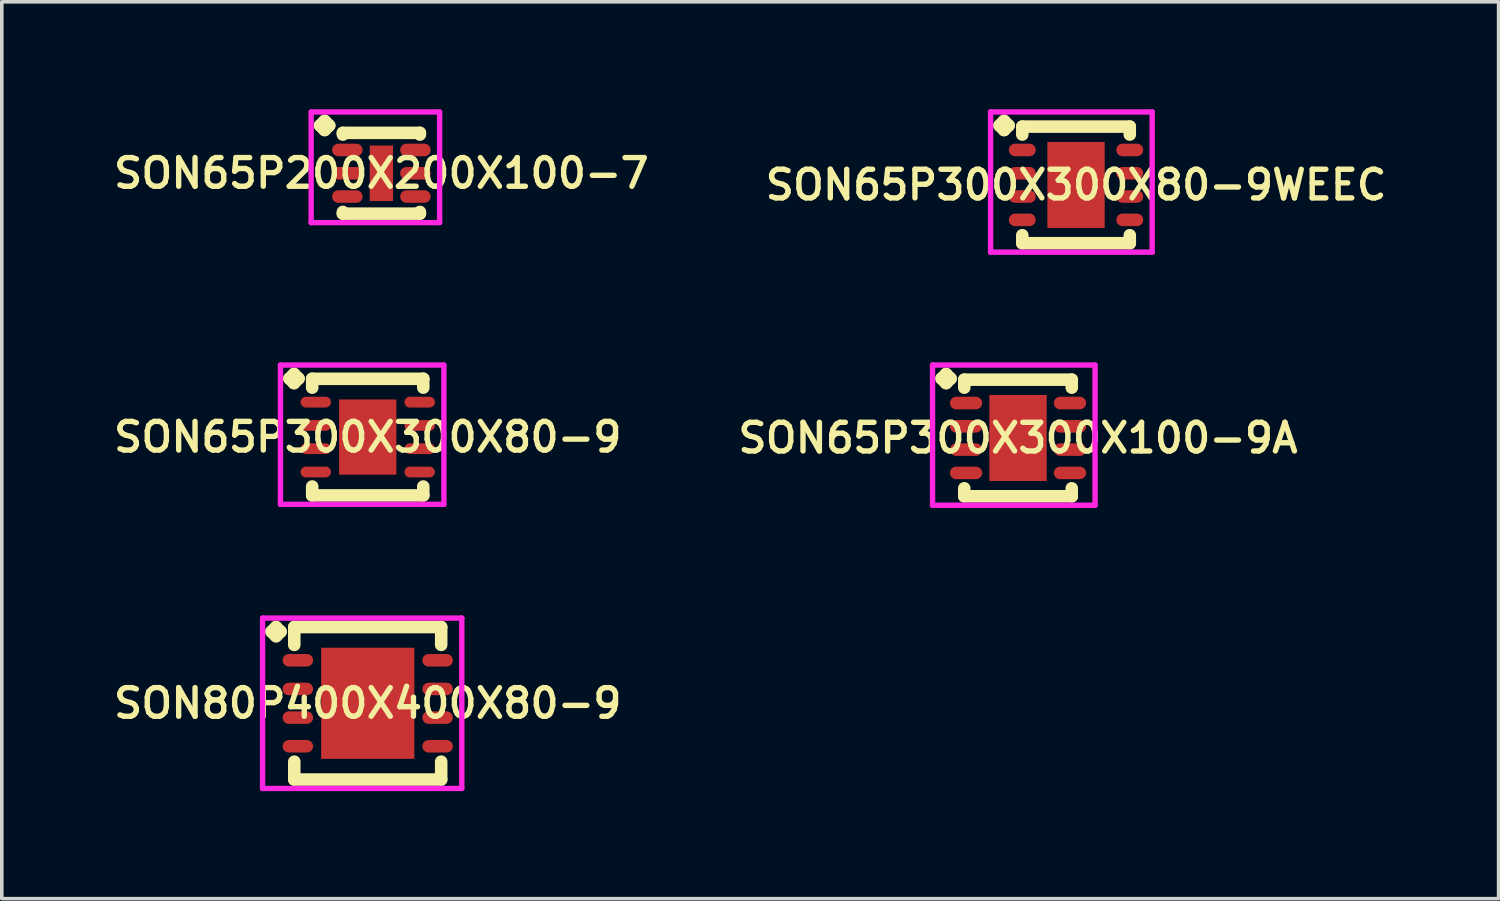
<source format=kicad_pcb>
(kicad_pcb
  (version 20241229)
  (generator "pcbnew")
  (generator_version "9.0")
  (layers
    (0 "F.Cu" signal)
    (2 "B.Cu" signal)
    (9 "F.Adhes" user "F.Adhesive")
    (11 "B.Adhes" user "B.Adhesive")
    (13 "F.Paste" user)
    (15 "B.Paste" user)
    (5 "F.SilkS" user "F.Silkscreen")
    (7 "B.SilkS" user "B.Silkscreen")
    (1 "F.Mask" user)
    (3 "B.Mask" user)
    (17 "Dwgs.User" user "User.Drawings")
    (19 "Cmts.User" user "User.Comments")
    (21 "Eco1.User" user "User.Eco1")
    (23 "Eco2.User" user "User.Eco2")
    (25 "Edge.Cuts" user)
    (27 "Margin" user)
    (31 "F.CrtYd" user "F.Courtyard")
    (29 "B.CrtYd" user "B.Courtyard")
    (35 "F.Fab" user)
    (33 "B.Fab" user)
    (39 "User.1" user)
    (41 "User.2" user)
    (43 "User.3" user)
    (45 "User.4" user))
  (footprint "SON80P400X400X80-9"
    (layer "F.Cu")
    (at 7.212 16.576)
    (property "Reference" "SON80P400X400X80-9" (at 0 0 0) (layer "F.SilkS") (effects (font (size 0.8 0.8) (thickness 0.15))))
    (attr smd)
    (fp_line (start -2.685 -2) (end -2.558 -2.127) (stroke (width 0.35) (type solid)) (layer "F.SilkS"))
    (fp_line (start -2.558 -2.127) (end -2.431 -2) (stroke (width 0.35) (type solid)) (layer "F.SilkS"))
    (fp_line (start -2.558 -1.873) (end -2.685 -2) (stroke (width 0.35) (type solid)) (layer "F.SilkS"))
    (fp_line (start -2.431 -2) (end -2.558 -1.873) (stroke (width 0.35) (type solid)) (layer "F.SilkS"))
    (fp_line (start -2.05 -2.127) (end 2.05 -2.127) (stroke (width 0.35) (type solid)) (layer "F.SilkS"))
    (fp_line (start -2.05 -1.629) (end -2.05 -2.127) (stroke (width 0.35) (type solid)) (layer "F.SilkS"))
    (fp_line (start -2.05 1.629) (end -2.05 2.127) (stroke (width 0.35) (type solid)) (layer "F.SilkS"))
    (fp_line (start -2.05 2.127) (end 2.05 2.127) (stroke (width 0.35) (type solid)) (layer "F.SilkS"))
    (fp_line (start 2.05 -2.127) (end 2.05 -1.629) (stroke (width 0.35) (type solid)) (layer "F.SilkS"))
    (fp_line (start 2.05 2.127) (end 2.05 1.629) (stroke (width 0.35) (type solid)) (layer "F.SilkS"))
    (fp_line (start -2.935 -2.377) (end 2.625 -2.377) (stroke (width 0.15) (type solid)) (layer "F.CrtYd"))
    (fp_line (start -2.935 2.377) (end -2.935 -2.377) (stroke (width 0.15) (type solid)) (layer "F.CrtYd"))
    (fp_line (start 2.625 -2.377) (end 2.625 2.377) (stroke (width 0.15) (type solid)) (layer "F.CrtYd"))
    (fp_line (start 2.625 2.377) (end -2.935 2.377) (stroke (width 0.15) (type solid)) (layer "F.CrtYd"))
    (pad "1" smd oval (at -1.95 -1.2) (size 0.85 0.35) (layers "F.Cu" "F.Mask" "F.Paste"))
    (pad "2" smd oval (at -1.95 -0.4) (size 0.85 0.35) (layers "F.Cu" "F.Mask" "F.Paste"))
    (pad "3" smd oval (at -1.95 0.4) (size 0.85 0.35) (layers "F.Cu" "F.Mask" "F.Paste"))
    (pad "4" smd oval (at -1.95 1.2) (size 0.85 0.35) (layers "F.Cu" "F.Mask" "F.Paste"))
    (pad "5" smd oval (at 1.95 1.2) (size 0.85 0.35) (layers "F.Cu" "F.Mask" "F.Paste"))
    (pad "6" smd oval (at 1.95 0.4) (size 0.85 0.35) (layers "F.Cu" "F.Mask" "F.Paste"))
    (pad "7" smd oval (at 1.95 -0.4) (size 0.85 0.35) (layers "F.Cu" "F.Mask" "F.Paste"))
    (pad "8" smd oval (at 1.95 -1.2) (size 0.85 0.35) (layers "F.Cu" "F.Mask" "F.Paste"))
    (pad "9" smd rect (at 0 0) (size 2.6 3.1) (layers "F.Cu" "F.Mask" "F.Paste")))
  (footprint "SON65P200X200X100-7"
    (layer "F.Cu")
    (at 7.593 1.785)
    (property "Reference" "SON65P200X200X100-7" (at 0 0 0) (layer "F.SilkS") (effects (font (size 0.8 0.8) (thickness 0.15))))
    (attr smd)
    (fp_line (start -1.71 -1.333) (end -1.583 -1.46) (stroke (width 0.35) (type solid)) (layer "F.SilkS"))
    (fp_line (start -1.583 -1.46) (end -1.456 -1.333) (stroke (width 0.35) (type solid)) (layer "F.SilkS"))
    (fp_line (start -1.583 -1.206) (end -1.71 -1.333) (stroke (width 0.35) (type solid)) (layer "F.SilkS"))
    (fp_line (start -1.456 -1.333) (end -1.583 -1.206) (stroke (width 0.35) (type solid)) (layer "F.SilkS"))
    (fp_line (start -1.075 -1.127) (end 1.075 -1.127) (stroke (width 0.35) (type solid)) (layer "F.SilkS"))
    (fp_line (start -1.075 -1.079) (end -1.075 -1.127) (stroke (width 0.35) (type solid)) (layer "F.SilkS"))
    (fp_line (start -1.075 1.079) (end -1.075 1.127) (stroke (width 0.35) (type solid)) (layer "F.SilkS"))
    (fp_line (start -1.075 1.127) (end 1.075 1.127) (stroke (width 0.35) (type solid)) (layer "F.SilkS"))
    (fp_line (start 1.075 -1.127) (end 1.075 -1.079) (stroke (width 0.35) (type solid)) (layer "F.SilkS"))
    (fp_line (start 1.075 1.127) (end 1.075 1.079) (stroke (width 0.35) (type solid)) (layer "F.SilkS"))
    (fp_line (start -1.96 -1.71) (end 1.625 -1.71) (stroke (width 0.15) (type solid)) (layer "F.CrtYd"))
    (fp_line (start -1.96 1.377) (end -1.96 -1.71) (stroke (width 0.15) (type solid)) (layer "F.CrtYd"))
    (fp_line (start 1.625 -1.71) (end 1.625 1.377) (stroke (width 0.15) (type solid)) (layer "F.CrtYd"))
    (fp_line (start 1.625 1.377) (end -1.96 1.377) (stroke (width 0.15) (type solid)) (layer "F.CrtYd"))
    (pad "1" smd oval (at -0.95 -0.65) (size 0.85 0.35) (layers "F.Cu" "F.Mask" "F.Paste"))
    (pad "2" smd oval (at -0.95 0) (size 0.85 0.35) (layers "F.Cu" "F.Mask" "F.Paste"))
    (pad "3" smd oval (at -0.95 0.65) (size 0.85 0.35) (layers "F.Cu" "F.Mask" "F.Paste"))
    (pad "4" smd oval (at 0.95 0.65) (size 0.85 0.35) (layers "F.Cu" "F.Mask" "F.Paste"))
    (pad "5" smd oval (at 0.95 0) (size 0.85 0.35) (layers "F.Cu" "F.Mask" "F.Paste"))
    (pad "6" smd oval (at 0.95 -0.65) (size 0.85 0.35) (layers "F.Cu" "F.Mask" "F.Paste"))
    (pad "7" smd rect (at 0 0) (size 0.65 1.55) (layers "F.Cu" "F.Mask" "F.Paste")))
  (footprint "SON65P300X300X100-9A"
    (layer "F.Cu")
    (at 25.359 9.172)
    (property "Reference" "SON65P300X300X100-9A" (at 0 0 0) (layer "F.SilkS") (effects (font (size 0.8 0.8) (thickness 0.15))))
    (attr smd)
    (fp_line (start -2.135 -1.658) (end -2.008 -1.785) (stroke (width 0.35) (type solid)) (layer "F.SilkS"))
    (fp_line (start -2.008 -1.785) (end -1.881 -1.658) (stroke (width 0.35) (type solid)) (layer "F.SilkS"))
    (fp_line (start -2.008 -1.531) (end -2.135 -1.658) (stroke (width 0.35) (type solid)) (layer "F.SilkS"))
    (fp_line (start -1.881 -1.658) (end -2.008 -1.531) (stroke (width 0.35) (type solid)) (layer "F.SilkS"))
    (fp_line (start -1.5 -1.627) (end 1.5 -1.627) (stroke (width 0.35) (type solid)) (layer "F.SilkS"))
    (fp_line (start -1.5 -1.404) (end -1.5 -1.627) (stroke (width 0.35) (type solid)) (layer "F.SilkS"))
    (fp_line (start -1.5 1.404) (end -1.5 1.627) (stroke (width 0.35) (type solid)) (layer "F.SilkS"))
    (fp_line (start -1.5 1.627) (end 1.5 1.627) (stroke (width 0.35) (type solid)) (layer "F.SilkS"))
    (fp_line (start 1.5 -1.627) (end 1.5 -1.404) (stroke (width 0.35) (type solid)) (layer "F.SilkS"))
    (fp_line (start 1.5 1.627) (end 1.5 1.404) (stroke (width 0.35) (type solid)) (layer "F.SilkS"))
    (fp_line (start -2.385 -2.035) (end 2.15 -2.035) (stroke (width 0.15) (type solid)) (layer "F.CrtYd"))
    (fp_line (start -2.385 1.877) (end -2.385 -2.035) (stroke (width 0.15) (type solid)) (layer "F.CrtYd"))
    (fp_line (start 2.15 -2.035) (end 2.15 1.877) (stroke (width 0.15) (type solid)) (layer "F.CrtYd"))
    (fp_line (start 2.15 1.877) (end -2.385 1.877) (stroke (width 0.15) (type solid)) (layer "F.CrtYd"))
    (pad "1" smd oval (at -1.45 -0.975) (size 0.9 0.35) (layers "F.Cu" "F.Mask" "F.Paste"))
    (pad "2" smd oval (at -1.45 -0.325) (size 0.9 0.35) (layers "F.Cu" "F.Mask" "F.Paste"))
    (pad "3" smd oval (at -1.45 0.325) (size 0.9 0.35) (layers "F.Cu" "F.Mask" "F.Paste"))
    (pad "4" smd oval (at -1.45 0.975) (size 0.9 0.35) (layers "F.Cu" "F.Mask" "F.Paste"))
    (pad "5" smd oval (at 1.45 0.975) (size 0.9 0.35) (layers "F.Cu" "F.Mask" "F.Paste"))
    (pad "6" smd oval (at 1.45 0.325) (size 0.9 0.35) (layers "F.Cu" "F.Mask" "F.Paste"))
    (pad "7" smd oval (at 1.45 -0.325) (size 0.9 0.35) (layers "F.Cu" "F.Mask" "F.Paste"))
    (pad "8" smd oval (at 1.45 -0.975) (size 0.9 0.35) (layers "F.Cu" "F.Mask" "F.Paste"))
    (pad "9" smd rect (at 0 0) (size 1.6 2.4) (layers "F.Cu" "F.Mask" "F.Paste")))
  (footprint "SON65P300X300X80-9WEEC"
    (layer "F.Cu")
    (at 26.978 2.11)
    (property "Reference" "SON65P300X300X80-9WEEC" (at 0 0 0) (layer "F.SilkS") (effects (font (size 0.8 0.8) (thickness 0.15))))
    (attr smd)
    (fp_line (start -2.135 -1.658) (end -2.008 -1.785) (stroke (width 0.35) (type solid)) (layer "F.SilkS"))
    (fp_line (start -2.008 -1.785) (end -1.881 -1.658) (stroke (width 0.35) (type solid)) (layer "F.SilkS"))
    (fp_line (start -2.008 -1.531) (end -2.135 -1.658) (stroke (width 0.35) (type solid)) (layer "F.SilkS"))
    (fp_line (start -1.881 -1.658) (end -2.008 -1.531) (stroke (width 0.35) (type solid)) (layer "F.SilkS"))
    (fp_line (start -1.5 -1.627) (end 1.5 -1.627) (stroke (width 0.35) (type solid)) (layer "F.SilkS"))
    (fp_line (start -1.5 -1.404) (end -1.5 -1.627) (stroke (width 0.35) (type solid)) (layer "F.SilkS"))
    (fp_line (start -1.5 1.404) (end -1.5 1.627) (stroke (width 0.35) (type solid)) (layer "F.SilkS"))
    (fp_line (start -1.5 1.627) (end 1.5 1.627) (stroke (width 0.35) (type solid)) (layer "F.SilkS"))
    (fp_line (start 1.5 -1.627) (end 1.5 -1.404) (stroke (width 0.35) (type solid)) (layer "F.SilkS"))
    (fp_line (start 1.5 1.627) (end 1.5 1.404) (stroke (width 0.35) (type solid)) (layer "F.SilkS"))
    (fp_line (start -2.385 -2.035) (end 2.125 -2.035) (stroke (width 0.15) (type solid)) (layer "F.CrtYd"))
    (fp_line (start -2.385 1.877) (end -2.385 -2.035) (stroke (width 0.15) (type solid)) (layer "F.CrtYd"))
    (fp_line (start 2.125 -2.035) (end 2.125 1.877) (stroke (width 0.15) (type solid)) (layer "F.CrtYd"))
    (fp_line (start 2.125 1.877) (end -2.385 1.877) (stroke (width 0.15) (type solid)) (layer "F.CrtYd"))
    (pad "1" smd oval (at -1.5 -0.975) (size 0.75 0.35) (layers "F.Cu" "F.Mask" "F.Paste"))
    (pad "2" smd oval (at -1.5 -0.325) (size 0.75 0.35) (layers "F.Cu" "F.Mask" "F.Paste"))
    (pad "3" smd oval (at -1.5 0.325) (size 0.75 0.35) (layers "F.Cu" "F.Mask" "F.Paste"))
    (pad "4" smd oval (at -1.5 0.975) (size 0.75 0.35) (layers "F.Cu" "F.Mask" "F.Paste"))
    (pad "5" smd oval (at 1.5 0.975) (size 0.75 0.35) (layers "F.Cu" "F.Mask" "F.Paste"))
    (pad "6" smd oval (at 1.5 0.325) (size 0.75 0.35) (layers "F.Cu" "F.Mask" "F.Paste"))
    (pad "7" smd oval (at 1.5 -0.325) (size 0.75 0.35) (layers "F.Cu" "F.Mask" "F.Paste"))
    (pad "8" smd oval (at 1.5 -0.975) (size 0.75 0.35) (layers "F.Cu" "F.Mask" "F.Paste"))
    (pad "9" smd rect (at 0 0) (size 1.6 2.4) (layers "F.Cu" "F.Mask" "F.Paste")))
  (footprint "SON65P300X300X80-9"
    (layer "F.Cu")
    (at 7.212 9.147)
    (property "Reference" "SON65P300X300X80-9" (at 0 0 0) (layer "F.SilkS") (effects (font (size 0.8 0.8) (thickness 0.15))))
    (attr smd)
    (fp_line (start -2.185 -1.633) (end -2.058 -1.76) (stroke (width 0.35) (type solid)) (layer "F.SilkS"))
    (fp_line (start -2.058 -1.76) (end -1.931 -1.633) (stroke (width 0.35) (type solid)) (layer "F.SilkS"))
    (fp_line (start -2.058 -1.506) (end -2.185 -1.633) (stroke (width 0.35) (type solid)) (layer "F.SilkS"))
    (fp_line (start -1.931 -1.633) (end -2.058 -1.506) (stroke (width 0.35) (type solid)) (layer "F.SilkS"))
    (fp_line (start -1.55 -1.627) (end 1.55 -1.627) (stroke (width 0.35) (type solid)) (layer "F.SilkS"))
    (fp_line (start -1.55 -1.379) (end -1.55 -1.627) (stroke (width 0.35) (type solid)) (layer "F.SilkS"))
    (fp_line (start -1.55 1.379) (end -1.55 1.627) (stroke (width 0.35) (type solid)) (layer "F.SilkS"))
    (fp_line (start -1.55 1.627) (end 1.55 1.627) (stroke (width 0.35) (type solid)) (layer "F.SilkS"))
    (fp_line (start 1.55 -1.627) (end 1.55 -1.379) (stroke (width 0.35) (type solid)) (layer "F.SilkS"))
    (fp_line (start 1.55 1.627) (end 1.55 1.379) (stroke (width 0.35) (type solid)) (layer "F.SilkS"))
    (fp_line (start -2.435 -2.01) (end 2.125 -2.01) (stroke (width 0.15) (type solid)) (layer "F.CrtYd"))
    (fp_line (start -2.435 1.877) (end -2.435 -2.01) (stroke (width 0.15) (type solid)) (layer "F.CrtYd"))
    (fp_line (start 2.125 -2.01) (end 2.125 1.877) (stroke (width 0.15) (type solid)) (layer "F.CrtYd"))
    (fp_line (start 2.125 1.877) (end -2.435 1.877) (stroke (width 0.15) (type solid)) (layer "F.CrtYd"))
    (pad "1" smd oval (at -1.45 -0.975) (size 0.85 0.3) (layers "F.Cu" "F.Mask" "F.Paste"))
    (pad "2" smd oval (at -1.45 -0.325) (size 0.85 0.3) (layers "F.Cu" "F.Mask" "F.Paste"))
    (pad "3" smd oval (at -1.45 0.325) (size 0.85 0.3) (layers "F.Cu" "F.Mask" "F.Paste"))
    (pad "4" smd oval (at -1.45 0.975) (size 0.85 0.3) (layers "F.Cu" "F.Mask" "F.Paste"))
    (pad "5" smd oval (at 1.45 0.975) (size 0.85 0.3) (layers "F.Cu" "F.Mask" "F.Paste"))
    (pad "6" smd oval (at 1.45 0.325) (size 0.85 0.3) (layers "F.Cu" "F.Mask" "F.Paste"))
    (pad "7" smd oval (at 1.45 -0.325) (size 0.85 0.3) (layers "F.Cu" "F.Mask" "F.Paste"))
    (pad "8" smd oval (at 1.45 -0.975) (size 0.85 0.3) (layers "F.Cu" "F.Mask" "F.Paste"))
    (pad "9" smd rect (at 0 0) (size 1.6 2.1) (layers "F.Cu" "F.Mask" "F.Paste")))
  (gr_rect
    (start -3 -3)
    (end 38.77 22.028)
    (stroke (width 0.1) (type default))
    (fill no)
    (layer "Edge.Cuts")))
</source>
